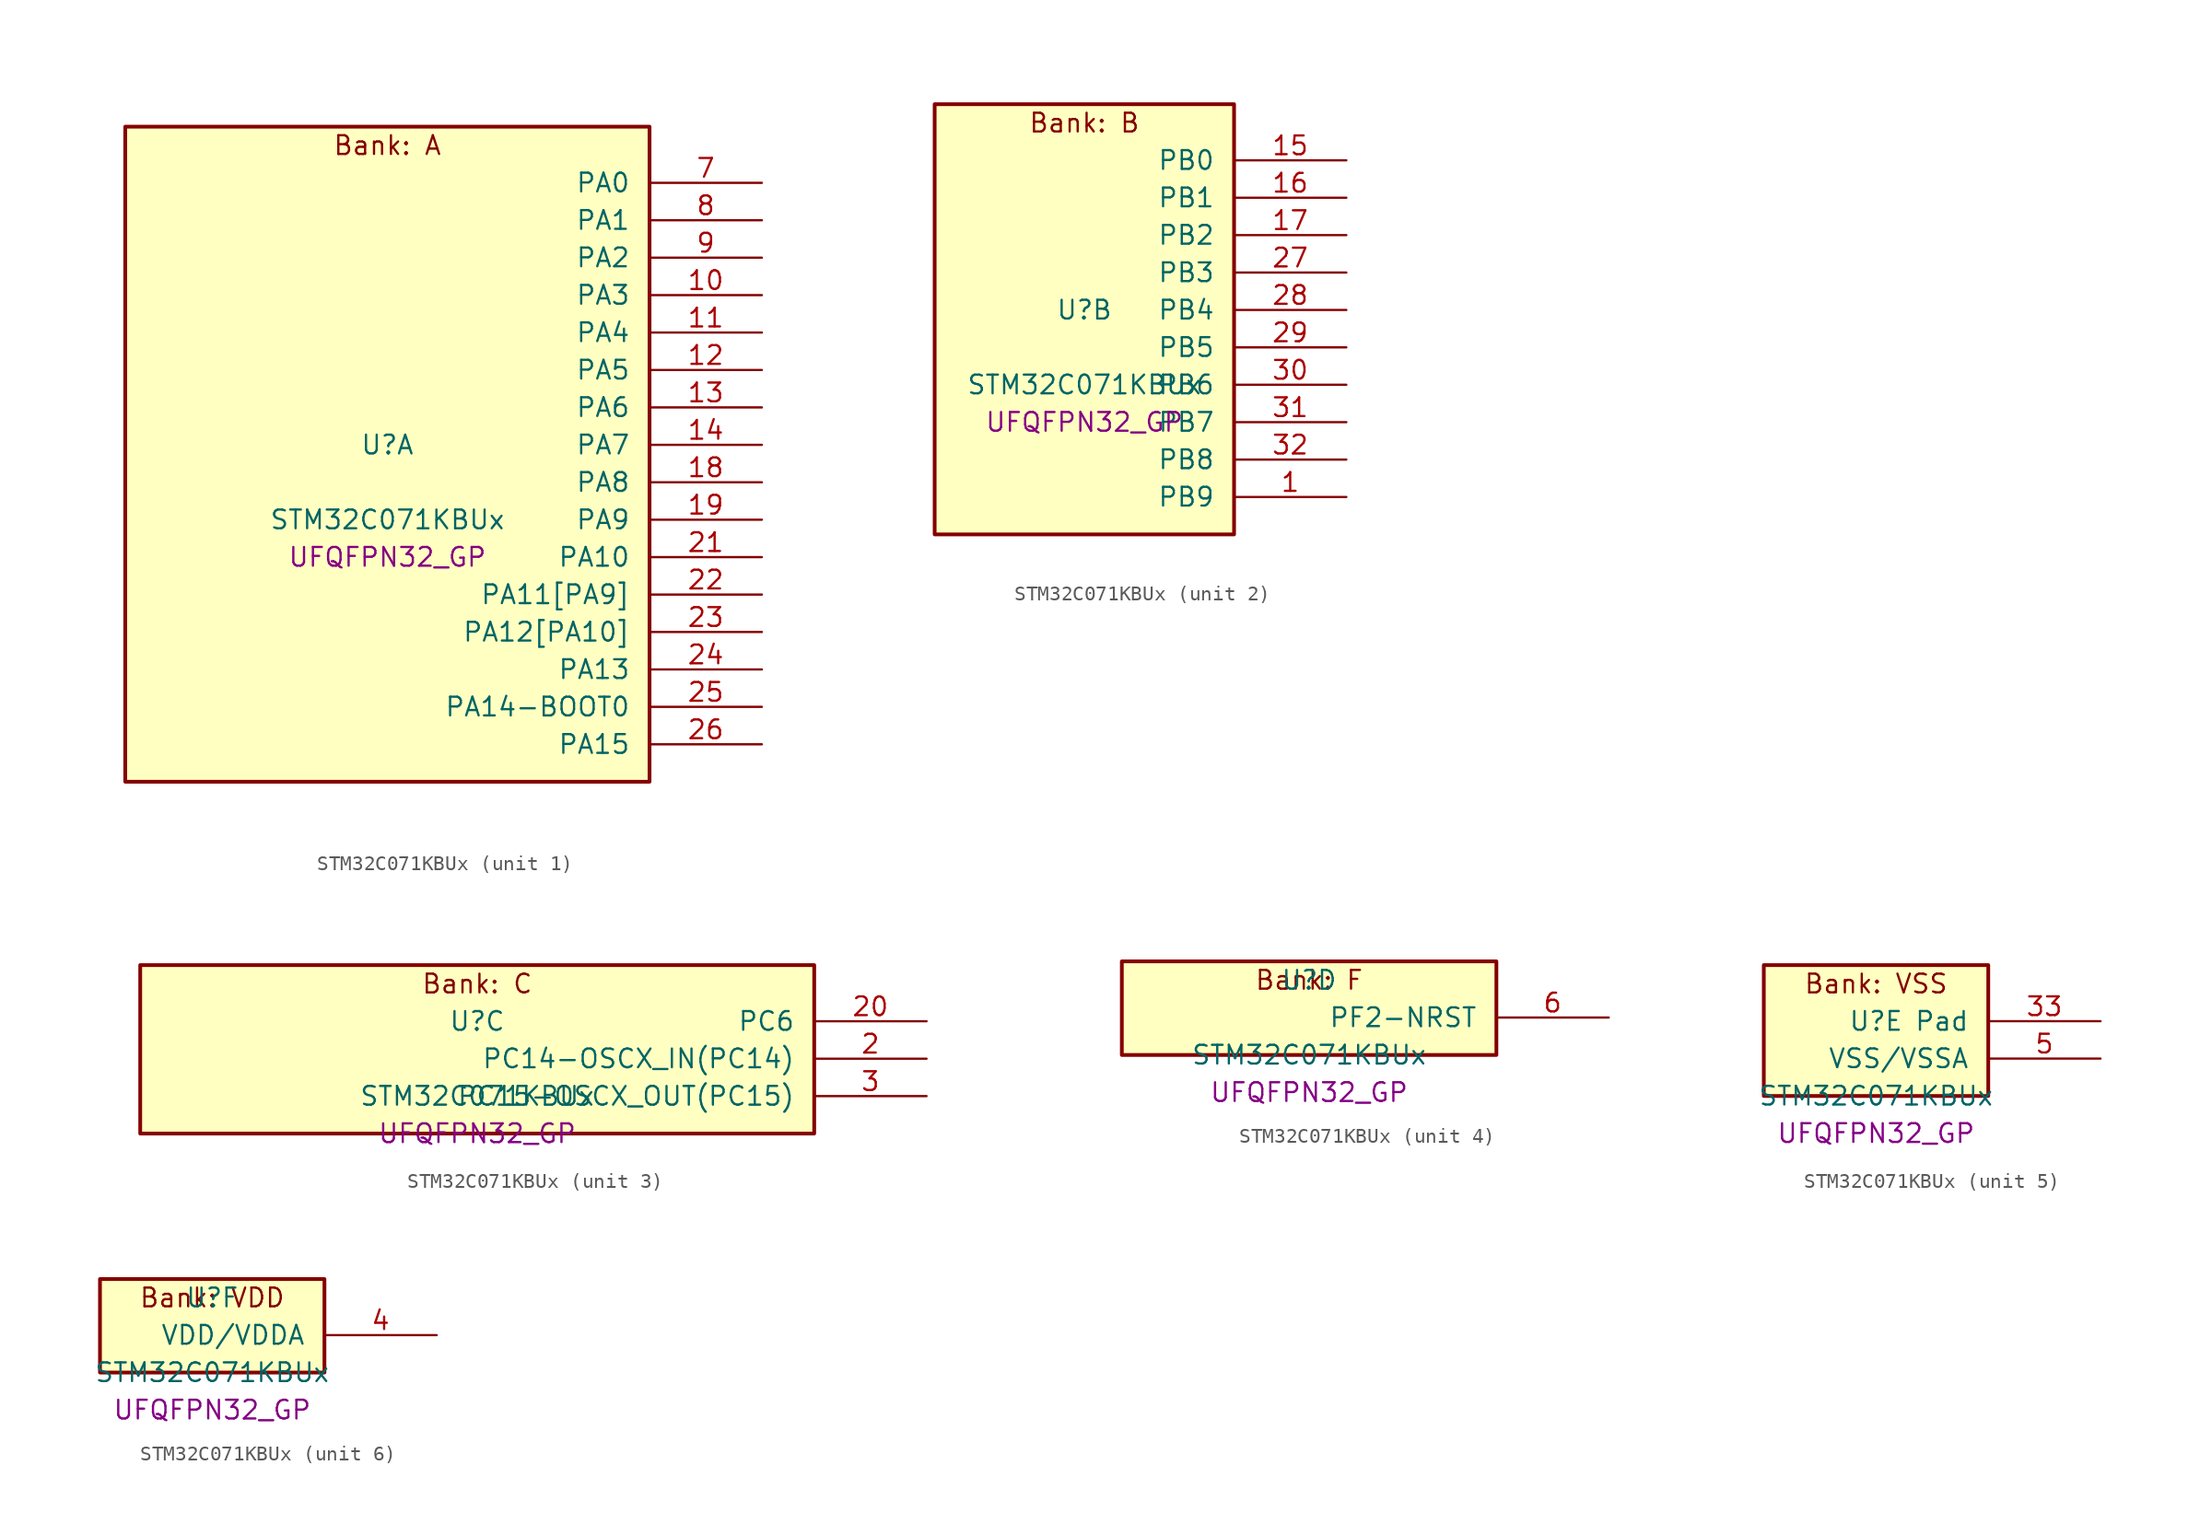
<source format=kicad_sym>
(kicad_symbol_lib
  (version 20241209)
  (generator "stm32_pkl_generator")
  (generator_version "1.0")
  (symbol "STM32C071KBUx"
    (pin_names
      (offset 1.27))
    (property "Reference" "U"
      (at 0 2.54 0))
    (property "Value" "STM32C071KBUx"
      (at 0 -2.54 0))
    (property "Footprint" "UFQFPN32_GP"
      (at 0 -5.08 0))
    (symbol "STM32C071KBUx_1_1"
      (rectangle (start -17.78 24.13) (end 17.78 -20.32) (stroke (width 0.254) (type solid)) (fill (type background)))
      (text "Bank: A" (at 0 22.86 0))
      (pin bidirectional line (at 25.4 20.32 180) (length 7.62) (name "PA0") (number "7") (alternate "PA0/ADC1_IN0" bidirectional line) (alternate "PA0/PWR_WKUP1" bidirectional line) (alternate "PA0/SPI2_SCK" bidirectional line) (alternate "PA0/TIM16_CH1" bidirectional line) (alternate "PA0/TIM1_CH1" bidirectional line) (alternate "PA0/TIM2_CH1" bidirectional line) (alternate "PA0/TIM2_ETR" bidirectional line) (alternate "PA0/USART1_TX" bidirectional line) (alternate "PA0/USART2_CTS" bidirectional line) (alternate "PA0/USART2_NSS" bidirectional line))
      (pin bidirectional line (at 25.4 17.78 180) (length 7.62) (name "PA1") (number "8") (alternate "PA1/ADC1_IN1" bidirectional line) (alternate "PA1/I2C1_SMBA" bidirectional line) (alternate "PA1/I2S1_CK" bidirectional line) (alternate "PA1/SPI1_SCK" bidirectional line) (alternate "PA1/TIM17_CH1" bidirectional line) (alternate "PA1/TIM1_CH2" bidirectional line) (alternate "PA1/TIM2_CH2" bidirectional line) (alternate "PA1/USART1_RX" bidirectional line) (alternate "PA1/USART2_CK" bidirectional line) (alternate "PA1/USART2_DE" bidirectional line) (alternate "PA1/USART2_RTS" bidirectional line))
      (pin bidirectional line (at 25.4 15.24 180) (length 7.62) (name "PA2") (number "9") (alternate "PA2/ADC1_IN2" bidirectional line) (alternate "PA2/I2S1_SD" bidirectional line) (alternate "PA2/PWR_WKUP4" bidirectional line) (alternate "PA2/RCC_LSCO" bidirectional line) (alternate "PA2/SPI1_MOSI" bidirectional line) (alternate "PA2/TIM16_CH1N" bidirectional line) (alternate "PA2/TIM1_CH3" bidirectional line) (alternate "PA2/TIM2_CH3" bidirectional line) (alternate "PA2/TIM3_ETR" bidirectional line) (alternate "PA2/USART2_TX" bidirectional line))
      (pin bidirectional line (at 25.4 12.7 180) (length 7.62) (name "PA3") (number "10") (alternate "PA3/ADC1_IN3" bidirectional line) (alternate "PA3/SPI2_MISO" bidirectional line) (alternate "PA3/TIM1_CH1N" bidirectional line) (alternate "PA3/TIM1_CH4" bidirectional line) (alternate "PA3/TIM2_CH4" bidirectional line) (alternate "PA3/USART2_RX" bidirectional line))
      (pin bidirectional line (at 25.4 10.16 180) (length 7.62) (name "PA4") (number "11") (alternate "PA4/ADC1_IN4" bidirectional line) (alternate "PA4/I2S1_WS" bidirectional line) (alternate "PA4/PWR_WKUP2" bidirectional line) (alternate "PA4/RTC_OUT1" bidirectional line) (alternate "PA4/RTC_TS" bidirectional line) (alternate "PA4/SPI1_NSS" bidirectional line) (alternate "PA4/SPI2_MOSI" bidirectional line) (alternate "PA4/TIM14_CH1" bidirectional line) (alternate "PA4/TIM17_CH1N" bidirectional line) (alternate "PA4/TIM1_CH2N" bidirectional line) (alternate "PA4/USART2_TX" bidirectional line) (alternate "PA4/USB_NOE" bidirectional line))
      (pin bidirectional line (at 25.4 7.62 180) (length 7.62) (name "PA5") (number "12") (alternate "PA5/ADC1_IN5" bidirectional line) (alternate "PA5/I2S1_CK" bidirectional line) (alternate "PA5/SPI1_SCK" bidirectional line) (alternate "PA5/TIM1_CH1" bidirectional line) (alternate "PA5/TIM1_CH3N" bidirectional line) (alternate "PA5/TIM2_CH1" bidirectional line) (alternate "PA5/TIM2_ETR" bidirectional line) (alternate "PA5/USART2_RX" bidirectional line))
      (pin bidirectional line (at 25.4 5.08 180) (length 7.62) (name "PA6") (number "13") (alternate "PA6/ADC1_IN6" bidirectional line) (alternate "PA6/I2C2_SDA" bidirectional line) (alternate "PA6/I2S1_MCK" bidirectional line) (alternate "PA6/SPI1_MISO" bidirectional line) (alternate "PA6/TIM16_CH1" bidirectional line) (alternate "PA6/TIM1_BKIN" bidirectional line) (alternate "PA6/TIM3_CH1" bidirectional line))
      (pin bidirectional line (at 25.4 2.54 180) (length 7.62) (name "PA7") (number "14") (alternate "PA7/ADC1_IN7" bidirectional line) (alternate "PA7/I2C2_SCL" bidirectional line) (alternate "PA7/I2S1_SD" bidirectional line) (alternate "PA7/SPI1_MOSI" bidirectional line) (alternate "PA7/TIM14_CH1" bidirectional line) (alternate "PA7/TIM17_CH1" bidirectional line) (alternate "PA7/TIM1_CH1N" bidirectional line) (alternate "PA7/TIM3_CH2" bidirectional line))
      (pin bidirectional line (at 25.4 0 180) (length 7.62) (name "PA8") (number "18") (alternate "PA8/ADC1_IN8" bidirectional line) (alternate "PA8/CRS_SYNC" bidirectional line) (alternate "PA8/I2S1_WS" bidirectional line) (alternate "PA8/RCC_MCO" bidirectional line) (alternate "PA8/RCC_MCO_2" bidirectional line) (alternate "PA8/SPI1_NSS" bidirectional line) (alternate "PA8/SPI2_MISO" bidirectional line) (alternate "PA8/SPI2_NSS" bidirectional line) (alternate "PA8/TIM14_CH1" bidirectional line) (alternate "PA8/TIM1_CH1" bidirectional line) (alternate "PA8/TIM1_CH2N" bidirectional line) (alternate "PA8/TIM1_CH3N" bidirectional line) (alternate "PA8/TIM3_CH3" bidirectional line) (alternate "PA8/TIM3_CH4" bidirectional line) (alternate "PA8/USART1_RX" bidirectional line) (alternate "PA8/USART2_TX" bidirectional line))
      (pin bidirectional line (at 25.4 -2.54 180) (length 7.62) (name "PA9") (number "19") (alternate "PA9/I2C1_SCL" bidirectional line) (alternate "PA9/I2C2_SCL" bidirectional line) (alternate "PA9/RCC_MCO" bidirectional line) (alternate "PA9/SPI2_MISO" bidirectional line) (alternate "PA9/TIM1_CH2" bidirectional line) (alternate "PA9/TIM3_ETR" bidirectional line) (alternate "PA9/USART1_TX" bidirectional line) (alternate "PA9/NC" bidirectional line))
      (pin bidirectional line (at 25.4 -5.08 180) (length 7.62) (name "PA10") (number "21") (alternate "PA10/I2C1_SDA" bidirectional line) (alternate "PA10/I2C2_SDA" bidirectional line) (alternate "PA10/RCC_MCO_2" bidirectional line) (alternate "PA10/SPI2_MOSI" bidirectional line) (alternate "PA10/TIM17_BKIN" bidirectional line) (alternate "PA10/TIM1_CH3" bidirectional line) (alternate "PA10/USART1_RX" bidirectional line) (alternate "PA10/NC" bidirectional line))
      (pin bidirectional line (at 25.4 -7.62 180) (length 7.62) (name "PA11[PA9]") (number "22") (alternate "PA11[PA9]/ADC1_EXTI11" bidirectional line) (alternate "PA11[PA9]/I2C2_SCL" bidirectional line) (alternate "PA11[PA9]/I2S1_MCK" bidirectional line) (alternate "PA11[PA9]/SPI1_MISO" bidirectional line) (alternate "PA11[PA9]/TIM1_BKIN2" bidirectional line) (alternate "PA11[PA9]/TIM1_CH4" bidirectional line) (alternate "PA11[PA9]/USART1_CTS" bidirectional line) (alternate "PA11[PA9]/USART1_NSS" bidirectional line) (alternate "PA11[PA9]/USB_DM" bidirectional line) (alternate "PA11[PA9]/PA9[PA11]" bidirectional line) (alternate "PA11[PA9]/I2C1_SCL" bidirectional line) (alternate "PA11[PA9]/RCC_MCO" bidirectional line) (alternate "PA11[PA9]/SPI2_MISO" bidirectional line) (alternate "PA11[PA9]/TIM1_CH2" bidirectional line) (alternate "PA11[PA9]/TIM3_ETR" bidirectional line) (alternate "PA11[PA9]/USART1_TX" bidirectional line))
      (pin bidirectional line (at 25.4 -10.16 180) (length 7.62) (name "PA12[PA10]") (number "23") (alternate "PA12[PA10]/I2C2_SDA" bidirectional line) (alternate "PA12[PA10]/I2S1_SD" bidirectional line) (alternate "PA12[PA10]/I2S_CKIN" bidirectional line) (alternate "PA12[PA10]/SPI1_MOSI" bidirectional line) (alternate "PA12[PA10]/TIM1_ETR" bidirectional line) (alternate "PA12[PA10]/USART1_CK" bidirectional line) (alternate "PA12[PA10]/USART1_DE" bidirectional line) (alternate "PA12[PA10]/USART1_RTS" bidirectional line) (alternate "PA12[PA10]/USB_DP" bidirectional line) (alternate "PA12[PA10]/PA10[PA12]" bidirectional line) (alternate "PA12[PA10]/I2C1_SDA" bidirectional line) (alternate "PA12[PA10]/RCC_MCO_2" bidirectional line) (alternate "PA12[PA10]/SPI2_MOSI" bidirectional line) (alternate "PA12[PA10]/TIM17_BKIN" bidirectional line) (alternate "PA12[PA10]/TIM1_CH3" bidirectional line) (alternate "PA12[PA10]/USART1_RX" bidirectional line))
      (pin bidirectional line (at 25.4 -12.7 180) (length 7.62) (name "PA13") (number "24") (alternate "PA13/ADC1_IN13" bidirectional line) (alternate "PA13/DEBUG_SWDIO" bidirectional line) (alternate "PA13/IR_OUT" bidirectional line) (alternate "PA13/TIM3_ETR" bidirectional line) (alternate "PA13/USART2_RX" bidirectional line) (alternate "PA13/USB_NOE" bidirectional line))
      (pin bidirectional line (at 25.4 -15.24 180) (length 7.62) (name "PA14-BOOT0") (number "25") (alternate "PA14-BOOT0/ADC1_IN14" bidirectional line) (alternate "PA14-BOOT0/DEBUG_SWCLK" bidirectional line) (alternate "PA14-BOOT0/I2S1_WS" bidirectional line) (alternate "PA14-BOOT0/RCC_MCO_2" bidirectional line) (alternate "PA14-BOOT0/SPI1_NSS" bidirectional line) (alternate "PA14-BOOT0/TIM1_CH1" bidirectional line) (alternate "PA14-BOOT0/USART1_CK" bidirectional line) (alternate "PA14-BOOT0/USART1_DE" bidirectional line) (alternate "PA14-BOOT0/USART1_RTS" bidirectional line) (alternate "PA14-BOOT0/USART2_RX" bidirectional line) (alternate "PA14-BOOT0/USART2_TX" bidirectional line))
      (pin bidirectional line (at 25.4 -17.78 180) (length 7.62) (name "PA15") (number "26") (alternate "PA15/I2S1_WS" bidirectional line) (alternate "PA15/RCC_MCO_2" bidirectional line) (alternate "PA15/SPI1_NSS" bidirectional line) (alternate "PA15/TIM1_CH1" bidirectional line) (alternate "PA15/TIM2_CH1" bidirectional line) (alternate "PA15/TIM2_ETR" bidirectional line) (alternate "PA15/USART1_CK" bidirectional line) (alternate "PA15/USART1_DE" bidirectional line) (alternate "PA15/USART1_RTS" bidirectional line) (alternate "PA15/USART2_RX" bidirectional line) (alternate "PA15/USB_NOE" bidirectional line)))
    (symbol "STM32C071KBUx_2_1"
      (rectangle (start -10.16 16.51) (end 10.16 -12.7) (stroke (width 0.254) (type solid)) (fill (type background)))
      (text "Bank: B" (at 0 15.24 0))
      (pin bidirectional line (at 17.78 12.7 180) (length 7.62) (name "PB0") (number "15") (alternate "PB0/ADC1_IN17" bidirectional line) (alternate "PB0/I2S1_WS" bidirectional line) (alternate "PB0/SPI1_NSS" bidirectional line) (alternate "PB0/TIM1_CH2N" bidirectional line) (alternate "PB0/TIM3_CH3" bidirectional line))
      (pin bidirectional line (at 17.78 10.16 180) (length 7.62) (name "PB1") (number "16") (alternate "PB1/ADC1_IN18" bidirectional line) (alternate "PB1/TIM14_CH1" bidirectional line) (alternate "PB1/TIM1_CH2N" bidirectional line) (alternate "PB1/TIM1_CH3N" bidirectional line) (alternate "PB1/TIM3_CH4" bidirectional line))
      (pin bidirectional line (at 17.78 7.62 180) (length 7.62) (name "PB2") (number "17") (alternate "PB2/ADC1_IN19" bidirectional line) (alternate "PB2/RCC_MCO_2" bidirectional line) (alternate "PB2/SPI2_MISO" bidirectional line) (alternate "PB2/USART1_RX" bidirectional line))
      (pin bidirectional line (at 17.78 5.08 180) (length 7.62) (name "PB3") (number "27") (alternate "PB3/I2C2_SCL" bidirectional line) (alternate "PB3/I2S1_CK" bidirectional line) (alternate "PB3/SPI1_SCK" bidirectional line) (alternate "PB3/TIM1_CH2" bidirectional line) (alternate "PB3/TIM2_CH2" bidirectional line) (alternate "PB3/TIM3_CH2" bidirectional line) (alternate "PB3/USART1_CK" bidirectional line) (alternate "PB3/USART1_DE" bidirectional line) (alternate "PB3/USART1_RTS" bidirectional line))
      (pin bidirectional line (at 17.78 2.54 180) (length 7.62) (name "PB4") (number "28") (alternate "PB4/I2C2_SDA" bidirectional line) (alternate "PB4/I2S1_MCK" bidirectional line) (alternate "PB4/SPI1_MISO" bidirectional line) (alternate "PB4/TIM17_BKIN" bidirectional line) (alternate "PB4/TIM3_CH1" bidirectional line) (alternate "PB4/USART1_CTS" bidirectional line) (alternate "PB4/USART1_NSS" bidirectional line))
      (pin bidirectional line (at 17.78 0 180) (length 7.62) (name "PB5") (number "29") (alternate "PB5/I2C1_SMBA" bidirectional line) (alternate "PB5/I2S1_SD" bidirectional line) (alternate "PB5/PWR_WKUP6" bidirectional line) (alternate "PB5/SPI1_MOSI" bidirectional line) (alternate "PB5/TIM16_BKIN" bidirectional line) (alternate "PB5/TIM3_CH2" bidirectional line) (alternate "PB5/TIM3_CH3" bidirectional line))
      (pin bidirectional line (at 17.78 -2.54 180) (length 7.62) (name "PB6") (number "30") (alternate "PB6/I2C1_SCL" bidirectional line) (alternate "PB6/I2C1_SMBA" bidirectional line) (alternate "PB6/I2S1_CK" bidirectional line) (alternate "PB6/I2S1_MCK" bidirectional line) (alternate "PB6/I2S1_SD" bidirectional line) (alternate "PB6/PWR_WKUP3" bidirectional line) (alternate "PB6/SPI1_MISO" bidirectional line) (alternate "PB6/SPI1_MOSI" bidirectional line) (alternate "PB6/SPI1_SCK" bidirectional line) (alternate "PB6/SPI2_MISO" bidirectional line) (alternate "PB6/TIM16_BKIN" bidirectional line) (alternate "PB6/TIM16_CH1N" bidirectional line) (alternate "PB6/TIM17_BKIN" bidirectional line) (alternate "PB6/TIM1_CH2" bidirectional line) (alternate "PB6/TIM1_CH3" bidirectional line) (alternate "PB6/TIM3_CH1" bidirectional line) (alternate "PB6/TIM3_CH2" bidirectional line) (alternate "PB6/TIM3_CH3" bidirectional line) (alternate "PB6/USART1_CTS" bidirectional line) (alternate "PB6/USART1_NSS" bidirectional line) (alternate "PB6/USART1_TX" bidirectional line))
      (pin bidirectional line (at 17.78 -5.08 180) (length 7.62) (name "PB7") (number "31") (alternate "PB7/I2C1_SCL" bidirectional line) (alternate "PB7/I2C1_SDA" bidirectional line) (alternate "PB7/RTC_REFIN" bidirectional line) (alternate "PB7/SPI2_MOSI" bidirectional line) (alternate "PB7/TIM16_CH1" bidirectional line) (alternate "PB7/TIM17_CH1N" bidirectional line) (alternate "PB7/TIM1_CH4" bidirectional line) (alternate "PB7/TIM3_CH1" bidirectional line) (alternate "PB7/TIM3_CH4" bidirectional line) (alternate "PB7/USART1_RX" bidirectional line) (alternate "PB7/USART2_CTS" bidirectional line) (alternate "PB7/USART2_NSS" bidirectional line))
      (pin bidirectional line (at 17.78 -7.62 180) (length 7.62) (name "PB8") (number "32") (alternate "PB8/I2C1_SCL" bidirectional line) (alternate "PB8/SPI2_SCK" bidirectional line) (alternate "PB8/TIM16_CH1" bidirectional line) (alternate "PB8/TIM3_CH1" bidirectional line) (alternate "PB8/USART2_CTS" bidirectional line) (alternate "PB8/USART2_NSS" bidirectional line))
      (pin bidirectional line (at 17.78 -10.16 180) (length 7.62) (name "PB9") (number "1") (alternate "PB9/I2C1_SDA" bidirectional line) (alternate "PB9/IR_OUT" bidirectional line) (alternate "PB9/SPI2_NSS" bidirectional line) (alternate "PB9/TIM17_CH1" bidirectional line) (alternate "PB9/TIM3_CH2" bidirectional line) (alternate "PB9/USART2_CK" bidirectional line) (alternate "PB9/USART2_DE" bidirectional line) (alternate "PB9/USART2_RTS" bidirectional line)))
    (symbol "STM32C071KBUx_3_1"
      (rectangle (start -22.86 6.35) (end 22.86 -5.08) (stroke (width 0.254) (type solid)) (fill (type background)))
      (text "Bank: C" (at 0 5.08 0))
      (pin bidirectional line (at 30.48 2.54 180) (length 7.62) (name "PC6") (number "20") (alternate "PC6/TIM2_CH3" bidirectional line) (alternate "PC6/TIM3_CH1" bidirectional line))
      (pin bidirectional line (at 30.48 0 180) (length 7.62) (name "PC14-OSCX_IN(PC14)") (number "2") (alternate "PC14-OSCX_IN(PC14)/I2C1_SDA" bidirectional line) (alternate "PC14-OSCX_IN(PC14)/IR_OUT" bidirectional line) (alternate "PC14-OSCX_IN(PC14)/RCC_OSCX_IN" bidirectional line) (alternate "PC14-OSCX_IN(PC14)/SPI2_NSS" bidirectional line) (alternate "PC14-OSCX_IN(PC14)/TIM17_CH1" bidirectional line) (alternate "PC14-OSCX_IN(PC14)/TIM1_BKIN2" bidirectional line) (alternate "PC14-OSCX_IN(PC14)/TIM1_ETR" bidirectional line) (alternate "PC14-OSCX_IN(PC14)/TIM3_CH2" bidirectional line) (alternate "PC14-OSCX_IN(PC14)/USART1_TX" bidirectional line) (alternate "PC14-OSCX_IN(PC14)/USART2_CK" bidirectional line) (alternate "PC14-OSCX_IN(PC14)/USART2_DE" bidirectional line) (alternate "PC14-OSCX_IN(PC14)/USART2_RTS" bidirectional line))
      (pin bidirectional line (at 30.48 -2.54 180) (length 7.62) (name "PC15-OSCX_OUT(PC15)") (number "3") (alternate "PC15-OSCX_OUT(PC15)/RCC_OSC32_EN" bidirectional line) (alternate "PC15-OSCX_OUT(PC15)/RCC_OSCX_OUT" bidirectional line) (alternate "PC15-OSCX_OUT(PC15)/RCC_OSC_EN" bidirectional line) (alternate "PC15-OSCX_OUT(PC15)/TIM1_ETR" bidirectional line) (alternate "PC15-OSCX_OUT(PC15)/TIM3_CH3" bidirectional line)))
    (symbol "STM32C071KBUx_4_1"
      (rectangle (start -12.7 3.81) (end 12.7 -2.54) (stroke (width 0.254) (type solid)) (fill (type background)))
      (text "Bank: F" (at 0 2.54 0))
      (pin bidirectional line (at 20.32 0 180) (length 7.62) (name "PF2-NRST") (number "6") (alternate "PF2-NRST/RCC_MCO" bidirectional line) (alternate "PF2-NRST/TIM1_CH4" bidirectional line)))
    (symbol "STM32C071KBUx_5_1"
      (rectangle (start -7.62 6.35) (end 7.62 -2.54) (stroke (width 0.254) (type solid)) (fill (type background)))
      (text "Bank: VSS" (at 0 5.08 0))
      (pin passive line (at 15.24 2.54 180) (length 7.62) (name "Pad") (number "33"))
      (pin power_in line (at 15.24 0 180) (length 7.62) (name "VSS/VSSA") (number "5")))
    (symbol "STM32C071KBUx_6_1"
      (rectangle (start -7.62 3.81) (end 7.62 -2.54) (stroke (width 0.254) (type solid)) (fill (type background)))
      (text "Bank: VDD" (at 0 2.54 0))
      (pin power_in line (at 15.24 0 180) (length 7.62) (name "VDD/VDDA") (number "4")))))
</source>
